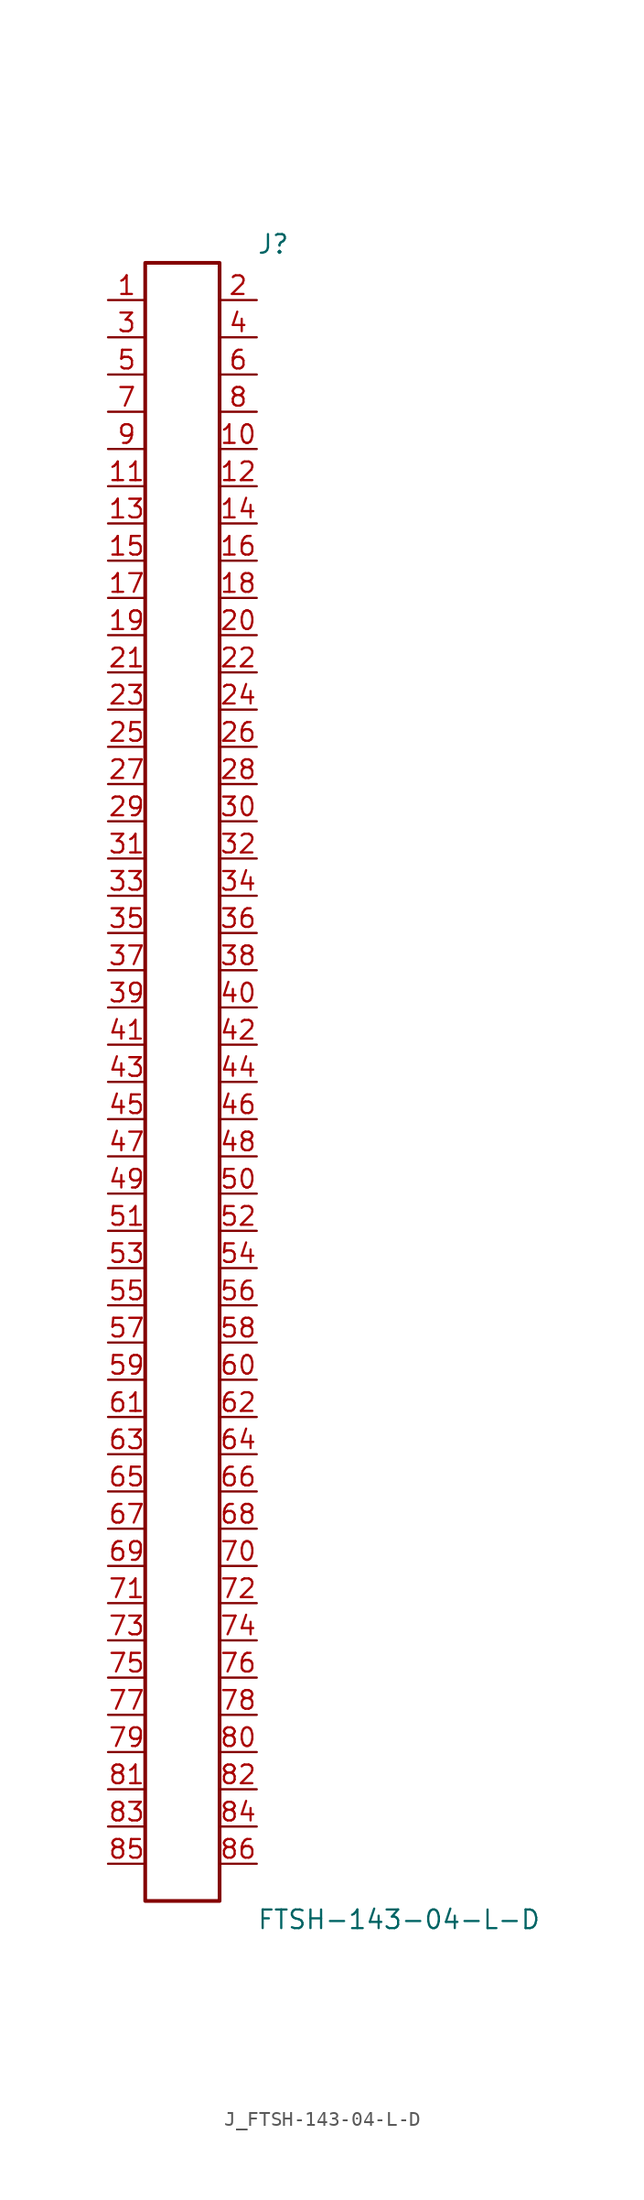
<source format=kicad_sym>
(kicad_symbol_lib
  (version 20231120)
  (generator kicad_symbol_editor)
  (generator_version 8.0)
  (symbol "J_FTSH-143-04-L-D"
    (pin_names
      (offset 0.254))
    (property "Reference" "J"
      (at 5.08 57.15 0)
      (effects (font (size 1.27 1.27)) (justify left)))
    (property "Value" "FTSH-143-04-L-D"
      (at 5.08 -57.15 0)
      (effects (font (size 1.27 1.27)) (justify left)))
    (symbol "J_FTSH-143-04-L-D_0_0"
      (pin passive line (at -5.08 53.34 0) (length 2.54) (name "" (effects (font (size 1.27 1.27)))) (number "1" (effects (font (size 1.27 1.27)))))
      (pin passive line (at 5.08 53.34 180) (length 2.54) (name "" (effects (font (size 1.27 1.27)))) (number "2" (effects (font (size 1.27 1.27)))))
      (pin passive line (at -5.08 50.8 0) (length 2.54) (name "" (effects (font (size 1.27 1.27)))) (number "3" (effects (font (size 1.27 1.27)))))
      (pin passive line (at 5.08 50.8 180) (length 2.54) (name "" (effects (font (size 1.27 1.27)))) (number "4" (effects (font (size 1.27 1.27)))))
      (pin passive line (at -5.08 48.26 0) (length 2.54) (name "" (effects (font (size 1.27 1.27)))) (number "5" (effects (font (size 1.27 1.27)))))
      (pin passive line (at 5.08 48.26 180) (length 2.54) (name "" (effects (font (size 1.27 1.27)))) (number "6" (effects (font (size 1.27 1.27)))))
      (pin passive line (at -5.08 45.72 0) (length 2.54) (name "" (effects (font (size 1.27 1.27)))) (number "7" (effects (font (size 1.27 1.27)))))
      (pin passive line (at 5.08 45.72 180) (length 2.54) (name "" (effects (font (size 1.27 1.27)))) (number "8" (effects (font (size 1.27 1.27)))))
      (pin passive line (at -5.08 43.18 0) (length 2.54) (name "" (effects (font (size 1.27 1.27)))) (number "9" (effects (font (size 1.27 1.27)))))
      (pin passive line (at 5.08 43.18 180) (length 2.54) (name "" (effects (font (size 1.27 1.27)))) (number "10" (effects (font (size 1.27 1.27)))))
      (pin passive line (at -5.08 40.64 0) (length 2.54) (name "" (effects (font (size 1.27 1.27)))) (number "11" (effects (font (size 1.27 1.27)))))
      (pin passive line (at 5.08 40.64 180) (length 2.54) (name "" (effects (font (size 1.27 1.27)))) (number "12" (effects (font (size 1.27 1.27)))))
      (pin passive line (at -5.08 38.1 0) (length 2.54) (name "" (effects (font (size 1.27 1.27)))) (number "13" (effects (font (size 1.27 1.27)))))
      (pin passive line (at 5.08 38.1 180) (length 2.54) (name "" (effects (font (size 1.27 1.27)))) (number "14" (effects (font (size 1.27 1.27)))))
      (pin passive line (at -5.08 35.56 0) (length 2.54) (name "" (effects (font (size 1.27 1.27)))) (number "15" (effects (font (size 1.27 1.27)))))
      (pin passive line (at 5.08 35.56 180) (length 2.54) (name "" (effects (font (size 1.27 1.27)))) (number "16" (effects (font (size 1.27 1.27)))))
      (pin passive line (at -5.08 33.02 0) (length 2.54) (name "" (effects (font (size 1.27 1.27)))) (number "17" (effects (font (size 1.27 1.27)))))
      (pin passive line (at 5.08 33.02 180) (length 2.54) (name "" (effects (font (size 1.27 1.27)))) (number "18" (effects (font (size 1.27 1.27)))))
      (pin passive line (at -5.08 30.48 0) (length 2.54) (name "" (effects (font (size 1.27 1.27)))) (number "19" (effects (font (size 1.27 1.27)))))
      (pin passive line (at 5.08 30.48 180) (length 2.54) (name "" (effects (font (size 1.27 1.27)))) (number "20" (effects (font (size 1.27 1.27)))))
      (pin passive line (at -5.08 27.94 0) (length 2.54) (name "" (effects (font (size 1.27 1.27)))) (number "21" (effects (font (size 1.27 1.27)))))
      (pin passive line (at 5.08 27.94 180) (length 2.54) (name "" (effects (font (size 1.27 1.27)))) (number "22" (effects (font (size 1.27 1.27)))))
      (pin passive line (at -5.08 25.4 0) (length 2.54) (name "" (effects (font (size 1.27 1.27)))) (number "23" (effects (font (size 1.27 1.27)))))
      (pin passive line (at 5.08 25.4 180) (length 2.54) (name "" (effects (font (size 1.27 1.27)))) (number "24" (effects (font (size 1.27 1.27)))))
      (pin passive line (at -5.08 22.86 0) (length 2.54) (name "" (effects (font (size 1.27 1.27)))) (number "25" (effects (font (size 1.27 1.27)))))
      (pin passive line (at 5.08 22.86 180) (length 2.54) (name "" (effects (font (size 1.27 1.27)))) (number "26" (effects (font (size 1.27 1.27)))))
      (pin passive line (at -5.08 20.32 0) (length 2.54) (name "" (effects (font (size 1.27 1.27)))) (number "27" (effects (font (size 1.27 1.27)))))
      (pin passive line (at 5.08 20.32 180) (length 2.54) (name "" (effects (font (size 1.27 1.27)))) (number "28" (effects (font (size 1.27 1.27)))))
      (pin passive line (at -5.08 17.78 0) (length 2.54) (name "" (effects (font (size 1.27 1.27)))) (number "29" (effects (font (size 1.27 1.27)))))
      (pin passive line (at 5.08 17.78 180) (length 2.54) (name "" (effects (font (size 1.27 1.27)))) (number "30" (effects (font (size 1.27 1.27)))))
      (pin passive line (at -5.08 15.24 0) (length 2.54) (name "" (effects (font (size 1.27 1.27)))) (number "31" (effects (font (size 1.27 1.27)))))
      (pin passive line (at 5.08 15.24 180) (length 2.54) (name "" (effects (font (size 1.27 1.27)))) (number "32" (effects (font (size 1.27 1.27)))))
      (pin passive line (at -5.08 12.7 0) (length 2.54) (name "" (effects (font (size 1.27 1.27)))) (number "33" (effects (font (size 1.27 1.27)))))
      (pin passive line (at 5.08 12.7 180) (length 2.54) (name "" (effects (font (size 1.27 1.27)))) (number "34" (effects (font (size 1.27 1.27)))))
      (pin passive line (at -5.08 10.16 0) (length 2.54) (name "" (effects (font (size 1.27 1.27)))) (number "35" (effects (font (size 1.27 1.27)))))
      (pin passive line (at 5.08 10.16 180) (length 2.54) (name "" (effects (font (size 1.27 1.27)))) (number "36" (effects (font (size 1.27 1.27)))))
      (pin passive line (at -5.08 7.62 0) (length 2.54) (name "" (effects (font (size 1.27 1.27)))) (number "37" (effects (font (size 1.27 1.27)))))
      (pin passive line (at 5.08 7.62 180) (length 2.54) (name "" (effects (font (size 1.27 1.27)))) (number "38" (effects (font (size 1.27 1.27)))))
      (pin passive line (at -5.08 5.08 0) (length 2.54) (name "" (effects (font (size 1.27 1.27)))) (number "39" (effects (font (size 1.27 1.27)))))
      (pin passive line (at 5.08 5.08 180) (length 2.54) (name "" (effects (font (size 1.27 1.27)))) (number "40" (effects (font (size 1.27 1.27)))))
      (pin passive line (at -5.08 2.54 0) (length 2.54) (name "" (effects (font (size 1.27 1.27)))) (number "41" (effects (font (size 1.27 1.27)))))
      (pin passive line (at 5.08 2.54 180) (length 2.54) (name "" (effects (font (size 1.27 1.27)))) (number "42" (effects (font (size 1.27 1.27)))))
      (pin passive line (at -5.08 0.0 0) (length 2.54) (name "" (effects (font (size 1.27 1.27)))) (number "43" (effects (font (size 1.27 1.27)))))
      (pin passive line (at 5.08 0.0 180) (length 2.54) (name "" (effects (font (size 1.27 1.27)))) (number "44" (effects (font (size 1.27 1.27)))))
      (pin passive line (at -5.08 -2.54 0) (length 2.54) (name "" (effects (font (size 1.27 1.27)))) (number "45" (effects (font (size 1.27 1.27)))))
      (pin passive line (at 5.08 -2.54 180) (length 2.54) (name "" (effects (font (size 1.27 1.27)))) (number "46" (effects (font (size 1.27 1.27)))))
      (pin passive line (at -5.08 -5.08 0) (length 2.54) (name "" (effects (font (size 1.27 1.27)))) (number "47" (effects (font (size 1.27 1.27)))))
      (pin passive line (at 5.08 -5.08 180) (length 2.54) (name "" (effects (font (size 1.27 1.27)))) (number "48" (effects (font (size 1.27 1.27)))))
      (pin passive line (at -5.08 -7.62 0) (length 2.54) (name "" (effects (font (size 1.27 1.27)))) (number "49" (effects (font (size 1.27 1.27)))))
      (pin passive line (at 5.08 -7.62 180) (length 2.54) (name "" (effects (font (size 1.27 1.27)))) (number "50" (effects (font (size 1.27 1.27)))))
      (pin passive line (at -5.08 -10.16 0) (length 2.54) (name "" (effects (font (size 1.27 1.27)))) (number "51" (effects (font (size 1.27 1.27)))))
      (pin passive line (at 5.08 -10.16 180) (length 2.54) (name "" (effects (font (size 1.27 1.27)))) (number "52" (effects (font (size 1.27 1.27)))))
      (pin passive line (at -5.08 -12.7 0) (length 2.54) (name "" (effects (font (size 1.27 1.27)))) (number "53" (effects (font (size 1.27 1.27)))))
      (pin passive line (at 5.08 -12.7 180) (length 2.54) (name "" (effects (font (size 1.27 1.27)))) (number "54" (effects (font (size 1.27 1.27)))))
      (pin passive line (at -5.08 -15.24 0) (length 2.54) (name "" (effects (font (size 1.27 1.27)))) (number "55" (effects (font (size 1.27 1.27)))))
      (pin passive line (at 5.08 -15.24 180) (length 2.54) (name "" (effects (font (size 1.27 1.27)))) (number "56" (effects (font (size 1.27 1.27)))))
      (pin passive line (at -5.08 -17.78 0) (length 2.54) (name "" (effects (font (size 1.27 1.27)))) (number "57" (effects (font (size 1.27 1.27)))))
      (pin passive line (at 5.08 -17.78 180) (length 2.54) (name "" (effects (font (size 1.27 1.27)))) (number "58" (effects (font (size 1.27 1.27)))))
      (pin passive line (at -5.08 -20.32 0) (length 2.54) (name "" (effects (font (size 1.27 1.27)))) (number "59" (effects (font (size 1.27 1.27)))))
      (pin passive line (at 5.08 -20.32 180) (length 2.54) (name "" (effects (font (size 1.27 1.27)))) (number "60" (effects (font (size 1.27 1.27)))))
      (pin passive line (at -5.08 -22.86 0) (length 2.54) (name "" (effects (font (size 1.27 1.27)))) (number "61" (effects (font (size 1.27 1.27)))))
      (pin passive line (at 5.08 -22.86 180) (length 2.54) (name "" (effects (font (size 1.27 1.27)))) (number "62" (effects (font (size 1.27 1.27)))))
      (pin passive line (at -5.08 -25.4 0) (length 2.54) (name "" (effects (font (size 1.27 1.27)))) (number "63" (effects (font (size 1.27 1.27)))))
      (pin passive line (at 5.08 -25.4 180) (length 2.54) (name "" (effects (font (size 1.27 1.27)))) (number "64" (effects (font (size 1.27 1.27)))))
      (pin passive line (at -5.08 -27.94 0) (length 2.54) (name "" (effects (font (size 1.27 1.27)))) (number "65" (effects (font (size 1.27 1.27)))))
      (pin passive line (at 5.08 -27.94 180) (length 2.54) (name "" (effects (font (size 1.27 1.27)))) (number "66" (effects (font (size 1.27 1.27)))))
      (pin passive line (at -5.08 -30.48 0) (length 2.54) (name "" (effects (font (size 1.27 1.27)))) (number "67" (effects (font (size 1.27 1.27)))))
      (pin passive line (at 5.08 -30.48 180) (length 2.54) (name "" (effects (font (size 1.27 1.27)))) (number "68" (effects (font (size 1.27 1.27)))))
      (pin passive line (at -5.08 -33.02 0) (length 2.54) (name "" (effects (font (size 1.27 1.27)))) (number "69" (effects (font (size 1.27 1.27)))))
      (pin passive line (at 5.08 -33.02 180) (length 2.54) (name "" (effects (font (size 1.27 1.27)))) (number "70" (effects (font (size 1.27 1.27)))))
      (pin passive line (at -5.08 -35.56 0) (length 2.54) (name "" (effects (font (size 1.27 1.27)))) (number "71" (effects (font (size 1.27 1.27)))))
      (pin passive line (at 5.08 -35.56 180) (length 2.54) (name "" (effects (font (size 1.27 1.27)))) (number "72" (effects (font (size 1.27 1.27)))))
      (pin passive line (at -5.08 -38.1 0) (length 2.54) (name "" (effects (font (size 1.27 1.27)))) (number "73" (effects (font (size 1.27 1.27)))))
      (pin passive line (at 5.08 -38.1 180) (length 2.54) (name "" (effects (font (size 1.27 1.27)))) (number "74" (effects (font (size 1.27 1.27)))))
      (pin passive line (at -5.08 -40.64 0) (length 2.54) (name "" (effects (font (size 1.27 1.27)))) (number "75" (effects (font (size 1.27 1.27)))))
      (pin passive line (at 5.08 -40.64 180) (length 2.54) (name "" (effects (font (size 1.27 1.27)))) (number "76" (effects (font (size 1.27 1.27)))))
      (pin passive line (at -5.08 -43.18 0) (length 2.54) (name "" (effects (font (size 1.27 1.27)))) (number "77" (effects (font (size 1.27 1.27)))))
      (pin passive line (at 5.08 -43.18 180) (length 2.54) (name "" (effects (font (size 1.27 1.27)))) (number "78" (effects (font (size 1.27 1.27)))))
      (pin passive line (at -5.08 -45.72 0) (length 2.54) (name "" (effects (font (size 1.27 1.27)))) (number "79" (effects (font (size 1.27 1.27)))))
      (pin passive line (at 5.08 -45.72 180) (length 2.54) (name "" (effects (font (size 1.27 1.27)))) (number "80" (effects (font (size 1.27 1.27)))))
      (pin passive line (at -5.08 -48.26 0) (length 2.54) (name "" (effects (font (size 1.27 1.27)))) (number "81" (effects (font (size 1.27 1.27)))))
      (pin passive line (at 5.08 -48.26 180) (length 2.54) (name "" (effects (font (size 1.27 1.27)))) (number "82" (effects (font (size 1.27 1.27)))))
      (pin passive line (at -5.08 -50.8 0) (length 2.54) (name "" (effects (font (size 1.27 1.27)))) (number "83" (effects (font (size 1.27 1.27)))))
      (pin passive line (at 5.08 -50.8 180) (length 2.54) (name "" (effects (font (size 1.27 1.27)))) (number "84" (effects (font (size 1.27 1.27)))))
      (pin passive line (at -5.08 -53.34 0) (length 2.54) (name "" (effects (font (size 1.27 1.27)))) (number "85" (effects (font (size 1.27 1.27)))))
      (pin passive line (at 5.08 -53.34 180) (length 2.54) (name "" (effects (font (size 1.27 1.27)))) (number "86" (effects (font (size 1.27 1.27))))))
    (symbol "J_FTSH-143-04-L-D_1_0"
      (rectangle (start -2.54 55.88) (end 2.54 -55.88) (stroke (width 0.254) (type solid)) (fill (type none))))))
</source>
